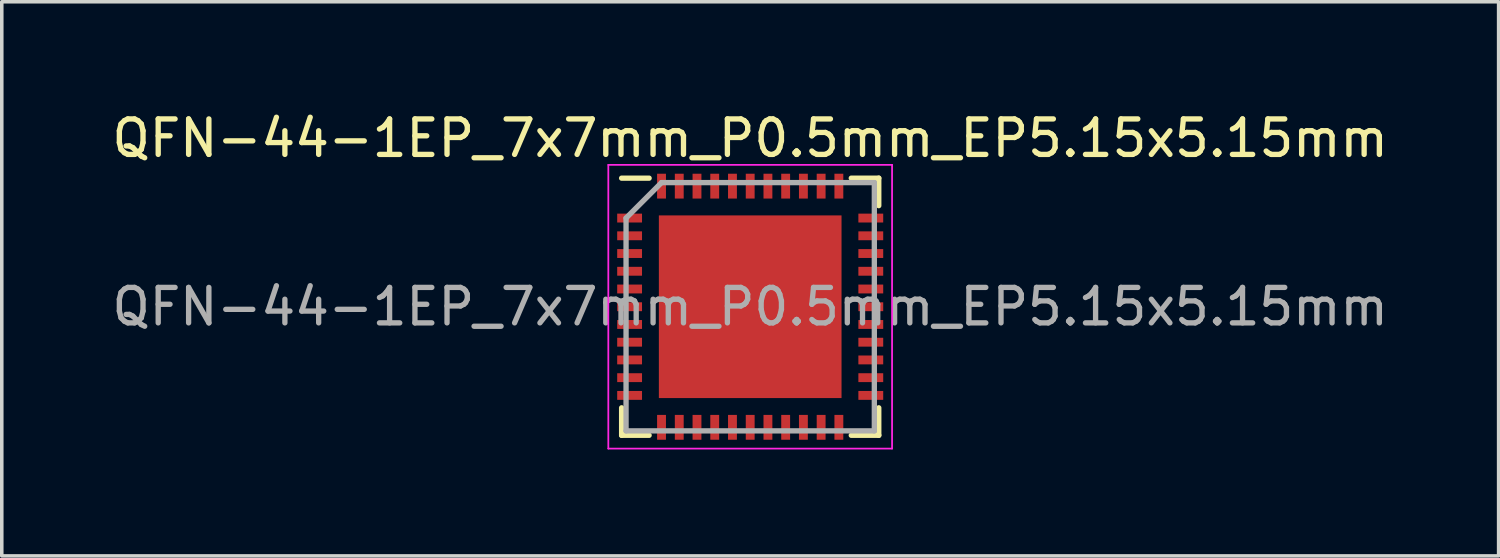
<source format=kicad_pcb>
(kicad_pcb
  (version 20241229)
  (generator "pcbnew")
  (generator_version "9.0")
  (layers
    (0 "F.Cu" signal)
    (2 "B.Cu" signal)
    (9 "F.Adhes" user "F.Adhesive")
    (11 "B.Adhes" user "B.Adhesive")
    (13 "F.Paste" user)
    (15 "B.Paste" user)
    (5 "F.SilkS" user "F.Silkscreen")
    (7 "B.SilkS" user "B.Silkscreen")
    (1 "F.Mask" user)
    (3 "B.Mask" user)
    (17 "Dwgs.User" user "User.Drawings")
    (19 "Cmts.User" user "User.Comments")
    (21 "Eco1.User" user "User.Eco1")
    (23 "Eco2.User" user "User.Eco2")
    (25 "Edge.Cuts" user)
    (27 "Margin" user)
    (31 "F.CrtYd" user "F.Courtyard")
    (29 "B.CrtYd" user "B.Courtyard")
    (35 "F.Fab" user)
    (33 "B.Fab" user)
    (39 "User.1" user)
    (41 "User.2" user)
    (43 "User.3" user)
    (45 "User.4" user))
  (footprint "QFN-44-1EP_7x7mm_P0.5mm_EP5.15x5.15mm"
    (layer "F.Cu")
    (at 18.101 5.598)
    (property "Reference" "QFN-44-1EP_7x7mm_P0.5mm_EP5.15x5.15mm" (at 0 -4.75 0) (layer "F.SilkS") (effects (font (size 1 1) (thickness 0.15))))
    (attr smd)
    (fp_line (start -3.625 -3.625) (end -2.85 -3.625) (stroke (width 0.15) (type solid)) (layer "F.SilkS"))
    (fp_line (start -3.625 3.625) (end -3.625 2.85) (stroke (width 0.15) (type solid)) (layer "F.SilkS"))
    (fp_line (start -3.625 3.625) (end -2.85 3.625) (stroke (width 0.15) (type solid)) (layer "F.SilkS"))
    (fp_line (start 3.625 -3.625) (end 2.85 -3.625) (stroke (width 0.15) (type solid)) (layer "F.SilkS"))
    (fp_line (start 3.625 -3.625) (end 3.625 -2.85) (stroke (width 0.15) (type solid)) (layer "F.SilkS"))
    (fp_line (start 3.625 3.625) (end 2.85 3.625) (stroke (width 0.15) (type solid)) (layer "F.SilkS"))
    (fp_line (start 3.625 3.625) (end 3.625 2.85) (stroke (width 0.15) (type solid)) (layer "F.SilkS"))
    (fp_line (start -4 -4) (end -4 4) (stroke (width 0.05) (type solid)) (layer "F.CrtYd"))
    (fp_line (start -4 -4) (end 4 -4) (stroke (width 0.05) (type solid)) (layer "F.CrtYd"))
    (fp_line (start -4 4) (end 4 4) (stroke (width 0.05) (type solid)) (layer "F.CrtYd"))
    (fp_line (start 4 -4) (end 4 4) (stroke (width 0.05) (type solid)) (layer "F.CrtYd"))
    (fp_line (start -3.5 -2.5) (end -2.5 -3.5) (stroke (width 0.15) (type solid)) (layer "F.Fab"))
    (fp_line (start -3.5 3.5) (end -3.5 -2.5) (stroke (width 0.15) (type solid)) (layer "F.Fab"))
    (fp_line (start -2.5 -3.5) (end 3.5 -3.5) (stroke (width 0.15) (type solid)) (layer "F.Fab"))
    (fp_line (start 3.5 -3.5) (end 3.5 3.5) (stroke (width 0.15) (type solid)) (layer "F.Fab"))
    (fp_line (start 3.5 3.5) (end -3.5 3.5) (stroke (width 0.15) (type solid)) (layer "F.Fab"))
    (fp_text user "${REFERENCE}" (at 0 0 0) (layer "F.Fab") (effects (font (size 1 1) (thickness 0.15))))
    (pad "" smd rect (at -2.06 -2.06) (size 0.83 0.83) (layers "F.Paste"))
    (pad "" smd rect (at -2.06 -1.03) (size 0.83 0.83) (layers "F.Paste"))
    (pad "" smd rect (at -2.06 0) (size 0.83 0.83) (layers "F.Paste"))
    (pad "" smd rect (at -2.06 1.03) (size 0.83 0.83) (layers "F.Paste"))
    (pad "" smd rect (at -2.06 2.06) (size 0.83 0.83) (layers "F.Paste"))
    (pad "" smd rect (at -1.03 -2.06) (size 0.83 0.83) (layers "F.Paste"))
    (pad "" smd rect (at -1.03 -1.03) (size 0.83 0.83) (layers "F.Paste"))
    (pad "" smd rect (at -1.03 0) (size 0.83 0.83) (layers "F.Paste"))
    (pad "" smd rect (at -1.03 1.03) (size 0.83 0.83) (layers "F.Paste"))
    (pad "" smd rect (at -1.03 2.06) (size 0.83 0.83) (layers "F.Paste"))
    (pad "" smd rect (at 0 -2.06) (size 0.83 0.83) (layers "F.Paste"))
    (pad "" smd rect (at 0 -1.03) (size 0.83 0.83) (layers "F.Paste"))
    (pad "" smd rect (at 0 0) (size 0.83 0.83) (layers "F.Paste"))
    (pad "" smd rect (at 0 1.03) (size 0.83 0.83) (layers "F.Paste"))
    (pad "" smd rect (at 0 2.06) (size 0.83 0.83) (layers "F.Paste"))
    (pad "" smd rect (at 1.03 -2.06) (size 0.83 0.83) (layers "F.Paste"))
    (pad "" smd rect (at 1.03 -1.03) (size 0.83 0.83) (layers "F.Paste"))
    (pad "" smd rect (at 1.03 0) (size 0.83 0.83) (layers "F.Paste"))
    (pad "" smd rect (at 1.03 1.03) (size 0.83 0.83) (layers "F.Paste"))
    (pad "" smd rect (at 1.03 2.06) (size 0.83 0.83) (layers "F.Paste"))
    (pad "" smd rect (at 2.06 -2.06) (size 0.83 0.83) (layers "F.Paste"))
    (pad "" smd rect (at 2.06 -1.03) (size 0.83 0.83) (layers "F.Paste"))
    (pad "" smd rect (at 2.06 0) (size 0.83 0.83) (layers "F.Paste"))
    (pad "" smd rect (at 2.06 1.03) (size 0.83 0.83) (layers "F.Paste"))
    (pad "" smd rect (at 2.06 2.06) (size 0.83 0.83) (layers "F.Paste"))
    (pad "1" smd rect (at -3.4 -2.5) (size 0.7 0.25) (layers "F.Cu" "F.Mask" "F.Paste"))
    (pad "2" smd rect (at -3.4 -2) (size 0.7 0.25) (layers "F.Cu" "F.Mask" "F.Paste"))
    (pad "3" smd rect (at -3.4 -1.5) (size 0.7 0.25) (layers "F.Cu" "F.Mask" "F.Paste"))
    (pad "4" smd rect (at -3.4 -1) (size 0.7 0.25) (layers "F.Cu" "F.Mask" "F.Paste"))
    (pad "5" smd rect (at -3.4 -0.5) (size 0.7 0.25) (layers "F.Cu" "F.Mask" "F.Paste"))
    (pad "6" smd rect (at -3.4 0) (size 0.7 0.25) (layers "F.Cu" "F.Mask" "F.Paste"))
    (pad "7" smd rect (at -3.4 0.5) (size 0.7 0.25) (layers "F.Cu" "F.Mask" "F.Paste"))
    (pad "8" smd rect (at -3.4 1) (size 0.7 0.25) (layers "F.Cu" "F.Mask" "F.Paste"))
    (pad "9" smd rect (at -3.4 1.5) (size 0.7 0.25) (layers "F.Cu" "F.Mask" "F.Paste"))
    (pad "10" smd rect (at -3.4 2) (size 0.7 0.25) (layers "F.Cu" "F.Mask" "F.Paste"))
    (pad "11" smd rect (at -3.4 2.5) (size 0.7 0.25) (layers "F.Cu" "F.Mask" "F.Paste"))
    (pad "12" smd rect (at -2.5 3.4 90) (size 0.7 0.25) (layers "F.Cu" "F.Mask" "F.Paste"))
    (pad "13" smd rect (at -2 3.4 90) (size 0.7 0.25) (layers "F.Cu" "F.Mask" "F.Paste"))
    (pad "14" smd rect (at -1.5 3.4 90) (size 0.7 0.25) (layers "F.Cu" "F.Mask" "F.Paste"))
    (pad "15" smd rect (at -1 3.4 90) (size 0.7 0.25) (layers "F.Cu" "F.Mask" "F.Paste"))
    (pad "16" smd rect (at -0.5 3.4 90) (size 0.7 0.25) (layers "F.Cu" "F.Mask" "F.Paste"))
    (pad "17" smd rect (at 0 3.4 90) (size 0.7 0.25) (layers "F.Cu" "F.Mask" "F.Paste"))
    (pad "18" smd rect (at 0.5 3.4 90) (size 0.7 0.25) (layers "F.Cu" "F.Mask" "F.Paste"))
    (pad "19" smd rect (at 1 3.4 90) (size 0.7 0.25) (layers "F.Cu" "F.Mask" "F.Paste"))
    (pad "20" smd rect (at 1.5 3.4 90) (size 0.7 0.25) (layers "F.Cu" "F.Mask" "F.Paste"))
    (pad "21" smd rect (at 2 3.4 90) (size 0.7 0.25) (layers "F.Cu" "F.Mask" "F.Paste"))
    (pad "22" smd rect (at 2.5 3.4 90) (size 0.7 0.25) (layers "F.Cu" "F.Mask" "F.Paste"))
    (pad "23" smd rect (at 3.4 2.5) (size 0.7 0.25) (layers "F.Cu" "F.Mask" "F.Paste"))
    (pad "24" smd rect (at 3.4 2) (size 0.7 0.25) (layers "F.Cu" "F.Mask" "F.Paste"))
    (pad "25" smd rect (at 3.4 1.5) (size 0.7 0.25) (layers "F.Cu" "F.Mask" "F.Paste"))
    (pad "26" smd rect (at 3.4 1) (size 0.7 0.25) (layers "F.Cu" "F.Mask" "F.Paste"))
    (pad "27" smd rect (at 3.4 0.5) (size 0.7 0.25) (layers "F.Cu" "F.Mask" "F.Paste"))
    (pad "28" smd rect (at 3.4 0) (size 0.7 0.25) (layers "F.Cu" "F.Mask" "F.Paste"))
    (pad "29" smd rect (at 3.4 -0.5) (size 0.7 0.25) (layers "F.Cu" "F.Mask" "F.Paste"))
    (pad "30" smd rect (at 3.4 -1) (size 0.7 0.25) (layers "F.Cu" "F.Mask" "F.Paste"))
    (pad "31" smd rect (at 3.4 -1.5) (size 0.7 0.25) (layers "F.Cu" "F.Mask" "F.Paste"))
    (pad "32" smd rect (at 3.4 -2) (size 0.7 0.25) (layers "F.Cu" "F.Mask" "F.Paste"))
    (pad "33" smd rect (at 3.4 -2.5) (size 0.7 0.25) (layers "F.Cu" "F.Mask" "F.Paste"))
    (pad "34" smd rect (at 2.5 -3.4 90) (size 0.7 0.25) (layers "F.Cu" "F.Mask" "F.Paste"))
    (pad "35" smd rect (at 2 -3.4 90) (size 0.7 0.25) (layers "F.Cu" "F.Mask" "F.Paste"))
    (pad "36" smd rect (at 1.5 -3.4 90) (size 0.7 0.25) (layers "F.Cu" "F.Mask" "F.Paste"))
    (pad "37" smd rect (at 1 -3.4 90) (size 0.7 0.25) (layers "F.Cu" "F.Mask" "F.Paste"))
    (pad "38" smd rect (at 0.5 -3.4 90) (size 0.7 0.25) (layers "F.Cu" "F.Mask" "F.Paste"))
    (pad "39" smd rect (at 0 -3.4 90) (size 0.7 0.25) (layers "F.Cu" "F.Mask" "F.Paste"))
    (pad "40" smd rect (at -0.5 -3.4 90) (size 0.7 0.25) (layers "F.Cu" "F.Mask" "F.Paste"))
    (pad "41" smd rect (at -1 -3.4 90) (size 0.7 0.25) (layers "F.Cu" "F.Mask" "F.Paste"))
    (pad "42" smd rect (at -1.5 -3.4 90) (size 0.7 0.25) (layers "F.Cu" "F.Mask" "F.Paste"))
    (pad "43" smd rect (at -2 -3.4 90) (size 0.7 0.25) (layers "F.Cu" "F.Mask" "F.Paste"))
    (pad "44" smd rect (at -2.5 -3.4 90) (size 0.7 0.25) (layers "F.Cu" "F.Mask" "F.Paste"))
    (pad "45" smd rect (at 0 0) (size 5.15 5.15) (layers "F.Cu" "F.Mask")))
  (gr_rect
    (start -3 -3)
    (end 39.202 12.623)
    (stroke (width 0.1) (type default))
    (fill no)
    (layer "Edge.Cuts")))
</source>
